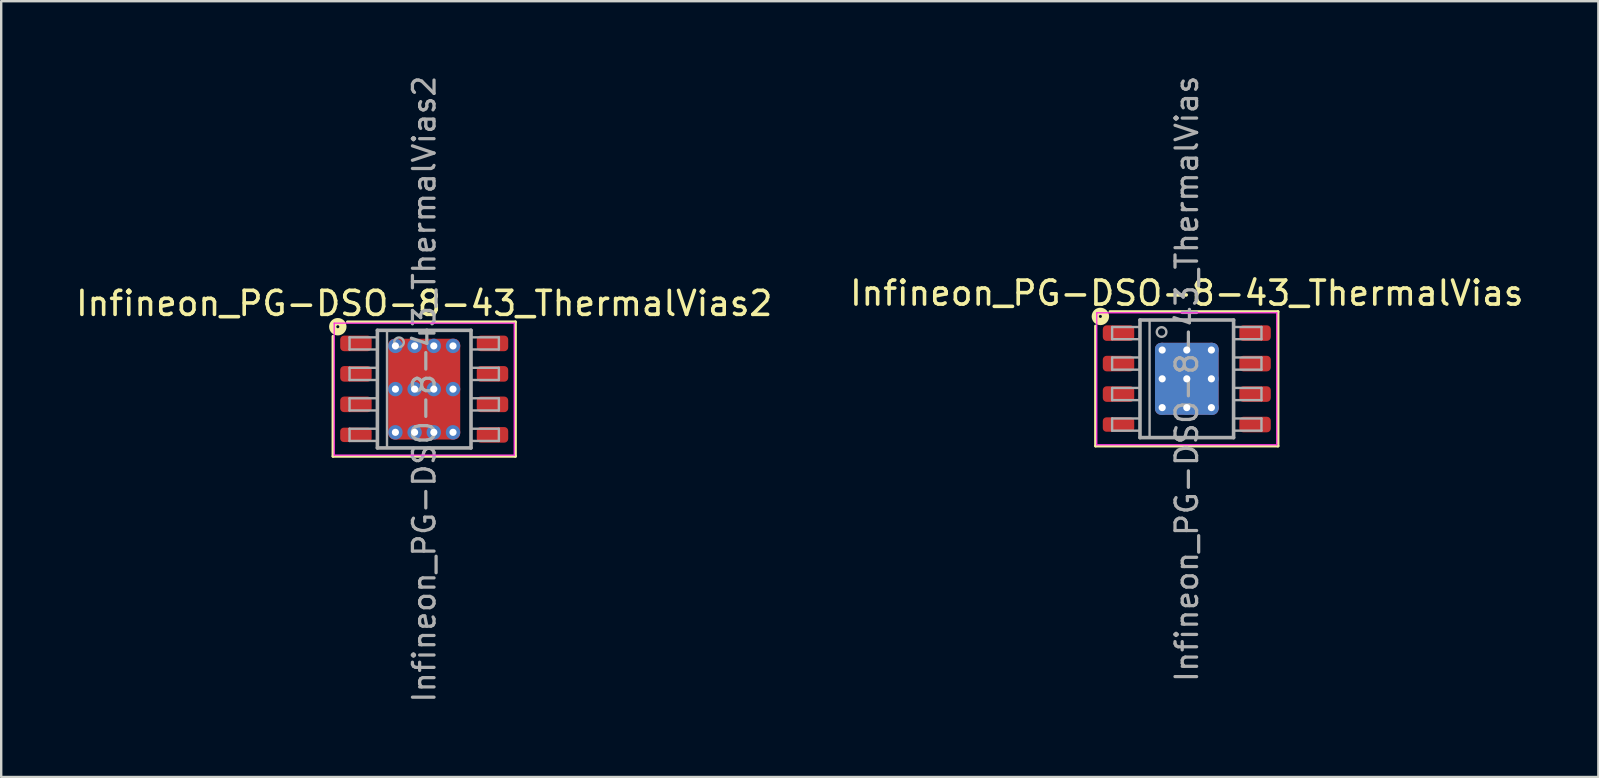
<source format=kicad_pcb>
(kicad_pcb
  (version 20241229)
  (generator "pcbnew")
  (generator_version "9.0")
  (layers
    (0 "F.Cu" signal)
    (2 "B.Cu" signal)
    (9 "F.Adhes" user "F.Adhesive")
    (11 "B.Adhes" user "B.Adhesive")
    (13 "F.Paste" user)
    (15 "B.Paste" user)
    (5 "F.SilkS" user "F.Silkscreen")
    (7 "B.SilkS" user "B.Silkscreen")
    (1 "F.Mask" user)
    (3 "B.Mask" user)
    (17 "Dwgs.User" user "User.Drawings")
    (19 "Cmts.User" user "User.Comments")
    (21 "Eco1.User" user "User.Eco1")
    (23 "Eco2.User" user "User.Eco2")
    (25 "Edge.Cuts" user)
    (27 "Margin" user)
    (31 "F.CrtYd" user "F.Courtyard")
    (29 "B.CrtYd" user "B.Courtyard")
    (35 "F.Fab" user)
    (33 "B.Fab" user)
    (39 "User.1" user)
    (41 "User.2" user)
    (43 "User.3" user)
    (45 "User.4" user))
  (footprint "Infineon_PG-DSO-8-43_ThermalVias"
    (layer "F.Cu")
    (at 46.399 12.734)
    (property "Reference" "Infineon_PG-DSO-8-43_ThermalVias" (at 0 -3.57 0) (layer "F.SilkS") (effects (font (size 1 1) (thickness 0.15))))
    (attr smd)
    (fp_line (start -3.8 2.8) (end -3.8 -2.2) (stroke (width 0.12) (type solid)) (layer "F.SilkS"))
    (fp_line (start -3.2 -2.8) (end 3.8 -2.8) (stroke (width 0.12) (type solid)) (layer "F.SilkS"))
    (fp_line (start 3.8 -2.8) (end 3.8 2.8) (stroke (width 0.12) (type solid)) (layer "F.SilkS"))
    (fp_line (start 3.8 2.8) (end -3.8 2.8) (stroke (width 0.12) (type solid)) (layer "F.SilkS"))
    (fp_circle (center -3.6 -2.6) (end -3.537 -2.6) (stroke (width 0.3) (type solid)) (fill no) (layer "F.SilkS"))
    (fp_line (start -3.75 -2.75) (end -3.75 2.75) (stroke (width 0.05) (type solid)) (layer "F.CrtYd"))
    (fp_line (start -3.75 -2.75) (end 3.75 -2.75) (stroke (width 0.05) (type solid)) (layer "F.CrtYd"))
    (fp_line (start -3.75 2.75) (end 3.75 2.75) (stroke (width 0.05) (type solid)) (layer "F.CrtYd"))
    (fp_line (start 3.75 -2.75) (end 3.75 2.75) (stroke (width 0.05) (type solid)) (layer "F.CrtYd"))
    (fp_line (start -3.111 -2.159) (end -3.111 -1.651) (stroke (width 0.1) (type solid)) (layer "F.Fab"))
    (fp_line (start -3.111 -2.159) (end -1.968 -2.159) (stroke (width 0.1) (type solid)) (layer "F.Fab"))
    (fp_line (start -3.111 -1.651) (end -1.968 -1.651) (stroke (width 0.1) (type solid)) (layer "F.Fab"))
    (fp_line (start -3.111 -0.889) (end -3.111 -0.381) (stroke (width 0.1) (type solid)) (layer "F.Fab"))
    (fp_line (start -3.111 -0.889) (end -1.968 -0.889) (stroke (width 0.1) (type solid)) (layer "F.Fab"))
    (fp_line (start -3.111 -0.381) (end -1.968 -0.381) (stroke (width 0.1) (type solid)) (layer "F.Fab"))
    (fp_line (start -3.111 0.381) (end -3.111 0.889) (stroke (width 0.1) (type solid)) (layer "F.Fab"))
    (fp_line (start -3.111 0.381) (end -1.968 0.381) (stroke (width 0.1) (type solid)) (layer "F.Fab"))
    (fp_line (start -3.111 0.889) (end -1.968 0.889) (stroke (width 0.1) (type solid)) (layer "F.Fab"))
    (fp_line (start -3.111 1.651) (end -3.111 2.159) (stroke (width 0.1) (type solid)) (layer "F.Fab"))
    (fp_line (start -3.111 1.651) (end -1.968 1.651) (stroke (width 0.1) (type solid)) (layer "F.Fab"))
    (fp_line (start -3.111 2.159) (end -1.968 2.159) (stroke (width 0.1) (type solid)) (layer "F.Fab"))
    (fp_line (start -1.95 -2.45) (end 1.95 -2.45) (stroke (width 0.15) (type solid)) (layer "F.Fab"))
    (fp_line (start -1.95 2.45) (end -1.95 -2.45) (stroke (width 0.15) (type solid)) (layer "F.Fab"))
    (fp_line (start -1.55 -2.45) (end -1.55 2.45) (stroke (width 0.1) (type solid)) (layer "F.Fab"))
    (fp_line (start 1.95 -2.45) (end 1.95 2.45) (stroke (width 0.15) (type solid)) (layer "F.Fab"))
    (fp_line (start 1.95 2.45) (end -1.95 2.45) (stroke (width 0.15) (type solid)) (layer "F.Fab"))
    (fp_line (start 3.111 -2.159) (end 1.968 -2.159) (stroke (width 0.1) (type solid)) (layer "F.Fab"))
    (fp_line (start 3.111 -1.651) (end 1.968 -1.651) (stroke (width 0.1) (type solid)) (layer "F.Fab"))
    (fp_line (start 3.111 -1.651) (end 3.111 -2.159) (stroke (width 0.1) (type solid)) (layer "F.Fab"))
    (fp_line (start 3.111 -0.889) (end 1.968 -0.889) (stroke (width 0.1) (type solid)) (layer "F.Fab"))
    (fp_line (start 3.111 -0.381) (end 1.968 -0.381) (stroke (width 0.1) (type solid)) (layer "F.Fab"))
    (fp_line (start 3.111 -0.381) (end 3.111 -0.889) (stroke (width 0.1) (type solid)) (layer "F.Fab"))
    (fp_line (start 3.111 0.381) (end 1.968 0.381) (stroke (width 0.1) (type solid)) (layer "F.Fab"))
    (fp_line (start 3.111 0.889) (end 1.968 0.889) (stroke (width 0.1) (type solid)) (layer "F.Fab"))
    (fp_line (start 3.111 0.889) (end 3.111 0.381) (stroke (width 0.1) (type solid)) (layer "F.Fab"))
    (fp_line (start 3.111 1.651) (end 1.968 1.651) (stroke (width 0.1) (type solid)) (layer "F.Fab"))
    (fp_line (start 3.111 2.159) (end 1.968 2.159) (stroke (width 0.1) (type solid)) (layer "F.Fab"))
    (fp_line (start 3.111 2.159) (end 3.111 1.651) (stroke (width 0.1) (type solid)) (layer "F.Fab"))
    (fp_circle (center -1.05 -1.95) (end -0.85 -1.95) (stroke (width 0.1) (type solid)) (fill no) (layer "F.Fab"))
    (fp_text user "${REFERENCE}" (at 0 0 90) (layer "F.Fab") (effects (font (size 0.9 0.9) (thickness 0.135))))
    (pad "" smd roundrect (at -0.55 -0.65) (size 0.9 1.1) (layers "F.Paste") (roundrect_rratio 0.25))
    (pad "" smd roundrect (at -0.55 0.65) (size 0.9 1.1) (layers "F.Paste") (roundrect_rratio 0.25))
    (pad "" smd roundrect (at 0.55 -0.65) (size 0.9 1.1) (layers "F.Paste") (roundrect_rratio 0.25))
    (pad "" smd roundrect (at 0.55 0.65) (size 0.9 1.1) (layers "F.Paste") (roundrect_rratio 0.25))
    (pad "1" smd roundrect (at -2.845 -1.905) (size 1.31 0.65) (layers "F.Cu" "F.Mask" "F.Paste") (roundrect_rratio 0.25))
    (pad "2" smd roundrect (at -2.845 -0.635) (size 1.31 0.65) (layers "F.Cu" "F.Mask" "F.Paste") (roundrect_rratio 0.25))
    (pad "3" smd roundrect (at -2.845 0.635) (size 1.31 0.65) (layers "F.Cu" "F.Mask" "F.Paste") (roundrect_rratio 0.25))
    (pad "4" smd roundrect (at -2.845 1.905) (size 1.31 0.6) (layers "F.Cu" "F.Mask" "F.Paste") (roundrect_rratio 0.25))
    (pad "5" smd roundrect (at 2.845 1.905) (size 1.31 0.65) (layers "F.Cu" "F.Mask" "F.Paste") (roundrect_rratio 0.25))
    (pad "6" smd roundrect (at 2.845 0.635) (size 1.31 0.65) (layers "F.Cu" "F.Mask" "F.Paste") (roundrect_rratio 0.25))
    (pad "7" smd roundrect (at 2.845 -0.635) (size 1.31 0.65) (layers "F.Cu" "F.Mask" "F.Paste") (roundrect_rratio 0.25))
    (pad "8" smd roundrect (at 2.845 -1.905) (size 1.31 0.65) (layers "F.Cu" "F.Mask" "F.Paste") (roundrect_rratio 0.25))
    (pad "9" thru_hole circle (at -1.025 -1.2) (size 0.6 0.6) (drill 0.3) (property pad_prop_heatsink) (layers "*.Cu"))
    (pad "9" thru_hole circle (at -1.025 0) (size 0.6 0.6) (drill 0.3) (property pad_prop_heatsink) (layers "*.Cu"))
    (pad "9" thru_hole circle (at -1.025 1.2) (size 0.6 0.6) (drill 0.3) (property pad_prop_heatsink) (layers "*.Cu"))
    (pad "9" thru_hole circle (at 0 -1.2) (size 0.6 0.6) (drill 0.3) (property pad_prop_heatsink) (layers "*.Cu"))
    (pad "9" thru_hole circle (at 0 0) (size 0.6 0.6) (drill 0.3) (property pad_prop_heatsink) (layers "*.Cu"))
    (pad "9" smd roundrect (at 0 0) (size 2.65 3) (layers "F.Cu" "F.Mask") (roundrect_rratio 0.094))
    (pad "9" smd roundrect (at 0 0) (size 2.65 3) (layers "B.Cu" "B.Mask") (roundrect_rratio 0.094))
    (pad "9" thru_hole circle (at 0 1.2) (size 0.6 0.6) (drill 0.3) (property pad_prop_heatsink) (layers "*.Cu"))
    (pad "9" thru_hole circle (at 1.025 -1.2) (size 0.6 0.6) (drill 0.3) (property pad_prop_heatsink) (layers "*.Cu"))
    (pad "9" thru_hole circle (at 1.025 0) (size 0.6 0.6) (drill 0.3) (property pad_prop_heatsink) (layers "*.Cu"))
    (pad "9" thru_hole circle (at 1.025 1.2) (size 0.6 0.6) (drill 0.3) (property pad_prop_heatsink) (layers "*.Cu")))
  (footprint "Infineon_PG-DSO-8-43_ThermalVias2"
    (layer "F.Cu")
    (at 14.625 13.163)
    (property "Reference" "Infineon_PG-DSO-8-43_ThermalVias2" (at 0 -3.57 0) (layer "F.SilkS") (effects (font (size 1 1) (thickness 0.15))))
    (attr smd)
    (fp_line (start -3.8 2.8) (end -3.8 -2.2) (stroke (width 0.12) (type solid)) (layer "F.SilkS"))
    (fp_line (start -3.2 -2.8) (end 3.8 -2.8) (stroke (width 0.12) (type solid)) (layer "F.SilkS"))
    (fp_line (start 3.8 -2.8) (end 3.8 2.8) (stroke (width 0.12) (type solid)) (layer "F.SilkS"))
    (fp_line (start 3.8 2.8) (end -3.8 2.8) (stroke (width 0.12) (type solid)) (layer "F.SilkS"))
    (fp_circle (center -3.6 -2.6) (end -3.537 -2.6) (stroke (width 0.3) (type solid)) (fill no) (layer "F.SilkS"))
    (fp_line (start -3.75 -2.75) (end -3.75 2.75) (stroke (width 0.05) (type solid)) (layer "F.CrtYd"))
    (fp_line (start -3.75 -2.75) (end 3.75 -2.75) (stroke (width 0.05) (type solid)) (layer "F.CrtYd"))
    (fp_line (start -3.75 2.75) (end 3.75 2.75) (stroke (width 0.05) (type solid)) (layer "F.CrtYd"))
    (fp_line (start 3.75 -2.75) (end 3.75 2.75) (stroke (width 0.05) (type solid)) (layer "F.CrtYd"))
    (fp_line (start -3.111 -2.159) (end -3.111 -1.651) (stroke (width 0.1) (type solid)) (layer "F.Fab"))
    (fp_line (start -3.111 -2.159) (end -1.968 -2.159) (stroke (width 0.1) (type solid)) (layer "F.Fab"))
    (fp_line (start -3.111 -1.651) (end -1.968 -1.651) (stroke (width 0.1) (type solid)) (layer "F.Fab"))
    (fp_line (start -3.111 -0.889) (end -3.111 -0.381) (stroke (width 0.1) (type solid)) (layer "F.Fab"))
    (fp_line (start -3.111 -0.889) (end -1.968 -0.889) (stroke (width 0.1) (type solid)) (layer "F.Fab"))
    (fp_line (start -3.111 -0.381) (end -1.968 -0.381) (stroke (width 0.1) (type solid)) (layer "F.Fab"))
    (fp_line (start -3.111 0.381) (end -3.111 0.889) (stroke (width 0.1) (type solid)) (layer "F.Fab"))
    (fp_line (start -3.111 0.381) (end -1.968 0.381) (stroke (width 0.1) (type solid)) (layer "F.Fab"))
    (fp_line (start -3.111 0.889) (end -1.968 0.889) (stroke (width 0.1) (type solid)) (layer "F.Fab"))
    (fp_line (start -3.111 1.651) (end -3.111 2.159) (stroke (width 0.1) (type solid)) (layer "F.Fab"))
    (fp_line (start -3.111 1.651) (end -1.968 1.651) (stroke (width 0.1) (type solid)) (layer "F.Fab"))
    (fp_line (start -3.111 2.159) (end -1.968 2.159) (stroke (width 0.1) (type solid)) (layer "F.Fab"))
    (fp_line (start -1.95 -2.45) (end 1.95 -2.45) (stroke (width 0.15) (type solid)) (layer "F.Fab"))
    (fp_line (start -1.95 2.45) (end -1.95 -2.45) (stroke (width 0.15) (type solid)) (layer "F.Fab"))
    (fp_line (start -1.55 -2.45) (end -1.55 2.45) (stroke (width 0.1) (type solid)) (layer "F.Fab"))
    (fp_line (start 1.95 -2.45) (end 1.95 2.45) (stroke (width 0.15) (type solid)) (layer "F.Fab"))
    (fp_line (start 1.95 2.45) (end -1.95 2.45) (stroke (width 0.15) (type solid)) (layer "F.Fab"))
    (fp_line (start 3.111 -2.159) (end 1.968 -2.159) (stroke (width 0.1) (type solid)) (layer "F.Fab"))
    (fp_line (start 3.111 -1.651) (end 1.968 -1.651) (stroke (width 0.1) (type solid)) (layer "F.Fab"))
    (fp_line (start 3.111 -1.651) (end 3.111 -2.159) (stroke (width 0.1) (type solid)) (layer "F.Fab"))
    (fp_line (start 3.111 -0.889) (end 1.968 -0.889) (stroke (width 0.1) (type solid)) (layer "F.Fab"))
    (fp_line (start 3.111 -0.381) (end 1.968 -0.381) (stroke (width 0.1) (type solid)) (layer "F.Fab"))
    (fp_line (start 3.111 -0.381) (end 3.111 -0.889) (stroke (width 0.1) (type solid)) (layer "F.Fab"))
    (fp_line (start 3.111 0.381) (end 1.968 0.381) (stroke (width 0.1) (type solid)) (layer "F.Fab"))
    (fp_line (start 3.111 0.889) (end 1.968 0.889) (stroke (width 0.1) (type solid)) (layer "F.Fab"))
    (fp_line (start 3.111 0.889) (end 3.111 0.381) (stroke (width 0.1) (type solid)) (layer "F.Fab"))
    (fp_line (start 3.111 1.651) (end 1.968 1.651) (stroke (width 0.1) (type solid)) (layer "F.Fab"))
    (fp_line (start 3.111 2.159) (end 1.968 2.159) (stroke (width 0.1) (type solid)) (layer "F.Fab"))
    (fp_line (start 3.111 2.159) (end 3.111 1.651) (stroke (width 0.1) (type solid)) (layer "F.Fab"))
    (fp_circle (center -1.05 -1.95) (end -0.85 -1.95) (stroke (width 0.1) (type solid)) (fill no) (layer "F.Fab"))
    (fp_text user "${REFERENCE}" (at 0 0 90) (layer "F.Fab") (effects (font (size 0.9 0.9) (thickness 0.135))))
    (pad "" smd roundrect (at -0.625 -0.9) (size 1.05 0.9) (layers "F.Paste") (roundrect_rratio 0.234))
    (pad "" smd roundrect (at -0.625 0.9) (size 1.05 0.9) (layers "F.Paste") (roundrect_rratio 0.234))
    (pad "" smd roundrect (at 0 -0.9) (size 2.65 1.2) (layers "F.Mask") (roundrect_rratio 0.208))
    (pad "" smd roundrect (at 0 0.9) (size 2.65 1.2) (layers "F.Mask") (roundrect_rratio 0.208))
    (pad "" smd roundrect (at 0.625 -0.9) (size 1.05 0.9) (layers "F.Paste") (roundrect_rratio 0.234))
    (pad "" smd roundrect (at 0.625 0.9) (size 1.05 0.9) (layers "F.Paste") (roundrect_rratio 0.234))
    (pad "1" smd roundrect (at -2.845 -1.905) (size 1.31 0.65) (layers "F.Cu" "F.Mask" "F.Paste") (roundrect_rratio 0.25))
    (pad "2" smd roundrect (at -2.845 -0.635) (size 1.31 0.65) (layers "F.Cu" "F.Mask" "F.Paste") (roundrect_rratio 0.25))
    (pad "3" smd roundrect (at -2.845 0.635) (size 1.31 0.65) (layers "F.Cu" "F.Mask" "F.Paste") (roundrect_rratio 0.25))
    (pad "4" smd roundrect (at -2.845 1.905) (size 1.31 0.6) (layers "F.Cu" "F.Mask" "F.Paste") (roundrect_rratio 0.25))
    (pad "5" smd roundrect (at 2.845 1.905) (size 1.31 0.65) (layers "F.Cu" "F.Mask" "F.Paste") (roundrect_rratio 0.25))
    (pad "6" smd roundrect (at 2.845 0.635) (size 1.31 0.65) (layers "F.Cu" "F.Mask" "F.Paste") (roundrect_rratio 0.25))
    (pad "7" smd roundrect (at 2.845 -0.635) (size 1.31 0.65) (layers "F.Cu" "F.Mask" "F.Paste") (roundrect_rratio 0.25))
    (pad "8" smd roundrect (at 2.845 -1.905) (size 1.31 0.65) (layers "F.Cu" "F.Mask" "F.Paste") (roundrect_rratio 0.25))
    (pad "9" thru_hole circle (at -1.2 -1.8) (size 0.6 0.6) (drill 0.3) (property pad_prop_heatsink) (layers "*.Cu" "*.Mask"))
    (pad "9" thru_hole circle (at -1.2 0) (size 0.6 0.6) (drill 0.3) (property pad_prop_heatsink) (layers "*.Cu" "*.Mask"))
    (pad "9" thru_hole circle (at -1.2 1.8) (size 0.6 0.6) (drill 0.3) (property pad_prop_heatsink) (layers "*.Cu" "*.Mask"))
    (pad "9" thru_hole circle (at -0.4 -1.8) (size 0.6 0.6) (drill 0.3) (property pad_prop_heatsink) (layers "*.Cu" "*.Mask"))
    (pad "9" thru_hole circle (at -0.4 0) (size 0.6 0.6) (drill 0.3) (property pad_prop_heatsink) (layers "*.Cu" "*.Mask"))
    (pad "9" thru_hole circle (at -0.4 1.8) (size 0.6 0.6) (drill 0.3) (property pad_prop_heatsink) (layers "*.Cu" "*.Mask"))
    (pad "9" smd roundrect (at 0 0) (size 3 4.2) (layers "F.Cu") (roundrect_rratio 0.083))
    (pad "9" thru_hole circle (at 0.4 -1.8) (size 0.6 0.6) (drill 0.3) (property pad_prop_heatsink) (layers "*.Cu" "*.Mask"))
    (pad "9" thru_hole circle (at 0.4 0) (size 0.6 0.6) (drill 0.3) (property pad_prop_heatsink) (layers "*.Cu" "*.Mask"))
    (pad "9" thru_hole circle (at 0.4 1.8) (size 0.6 0.6) (drill 0.3) (property pad_prop_heatsink) (layers "*.Cu" "*.Mask"))
    (pad "9" thru_hole circle (at 1.2 -1.8) (size 0.6 0.6) (drill 0.3) (property pad_prop_heatsink) (layers "*.Cu" "*.Mask"))
    (pad "9" thru_hole circle (at 1.2 0) (size 0.6 0.6) (drill 0.3) (property pad_prop_heatsink) (layers "*.Cu" "*.Mask"))
    (pad "9" thru_hole circle (at 1.2 1.8) (size 0.6 0.6) (drill 0.3) (property pad_prop_heatsink) (layers "*.Cu" "*.Mask")))
  (gr_rect
    (start -3 -3)
    (end 63.548 29.325)
    (stroke (width 0.1) (type default))
    (fill no)
    (layer "Edge.Cuts")))
</source>
